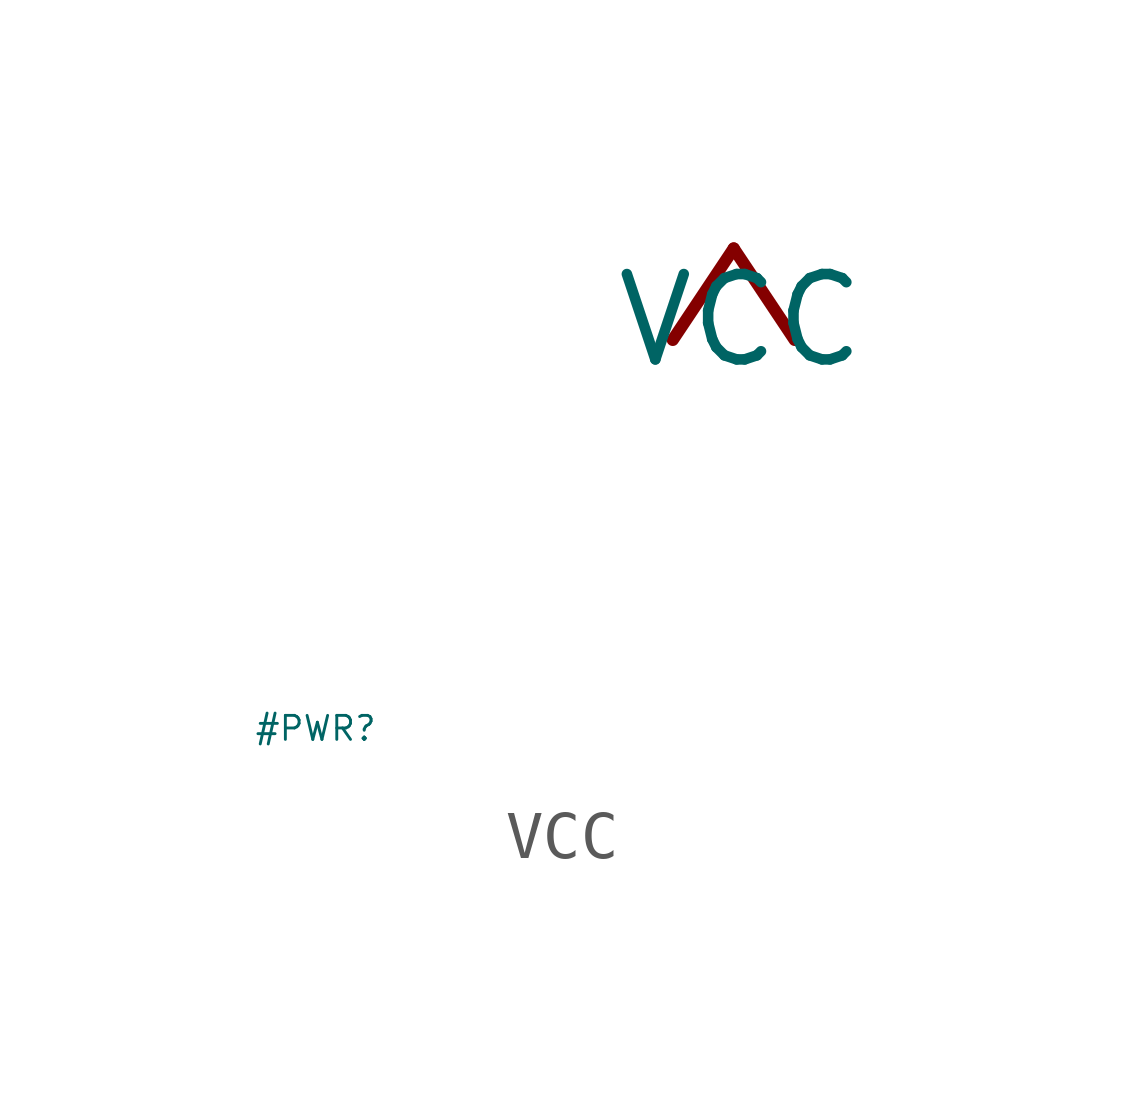
<source format=kicad_sym>
(kicad_symbol_lib
  (version 20220914)
  (generator Eagle2Kicad)
  (symbol "VCC"
    (power)
    (pin_names
      (offset 0))
    (property "Reference" "#PWR"
      (at -10 -10 0)
      (effects (font (size 0.5 0.5) (thickness 0.06)) (justify left)))
    (property "Value" "VCC"
      (at -2.54 -2.54 0)
      (effects (font (size 1.778 1.778) (thickness 0.22)) (justify left bottom)))
    (polyline
      (pts (xy 1.27 -1.905) (xy 0 0))
      (stroke (width 0.254) (type default))
      (fill (type none)))
    (polyline
      (pts (xy 0 0) (xy -1.27 -1.905))
      (stroke (width 0.254) (type default))
      (fill (type none)))
    (pin power_in line
      (at 0 -2.54 90)
      (length 2.54) hide
      (name "VCC" (effects (font (size 0.635 0.635) (thickness 0.08)) (justify left bottom)))
      (number "1" (effects (font (size 0.635 0.635) (thickness 0.08)) (justify left bottom))))))
</source>
